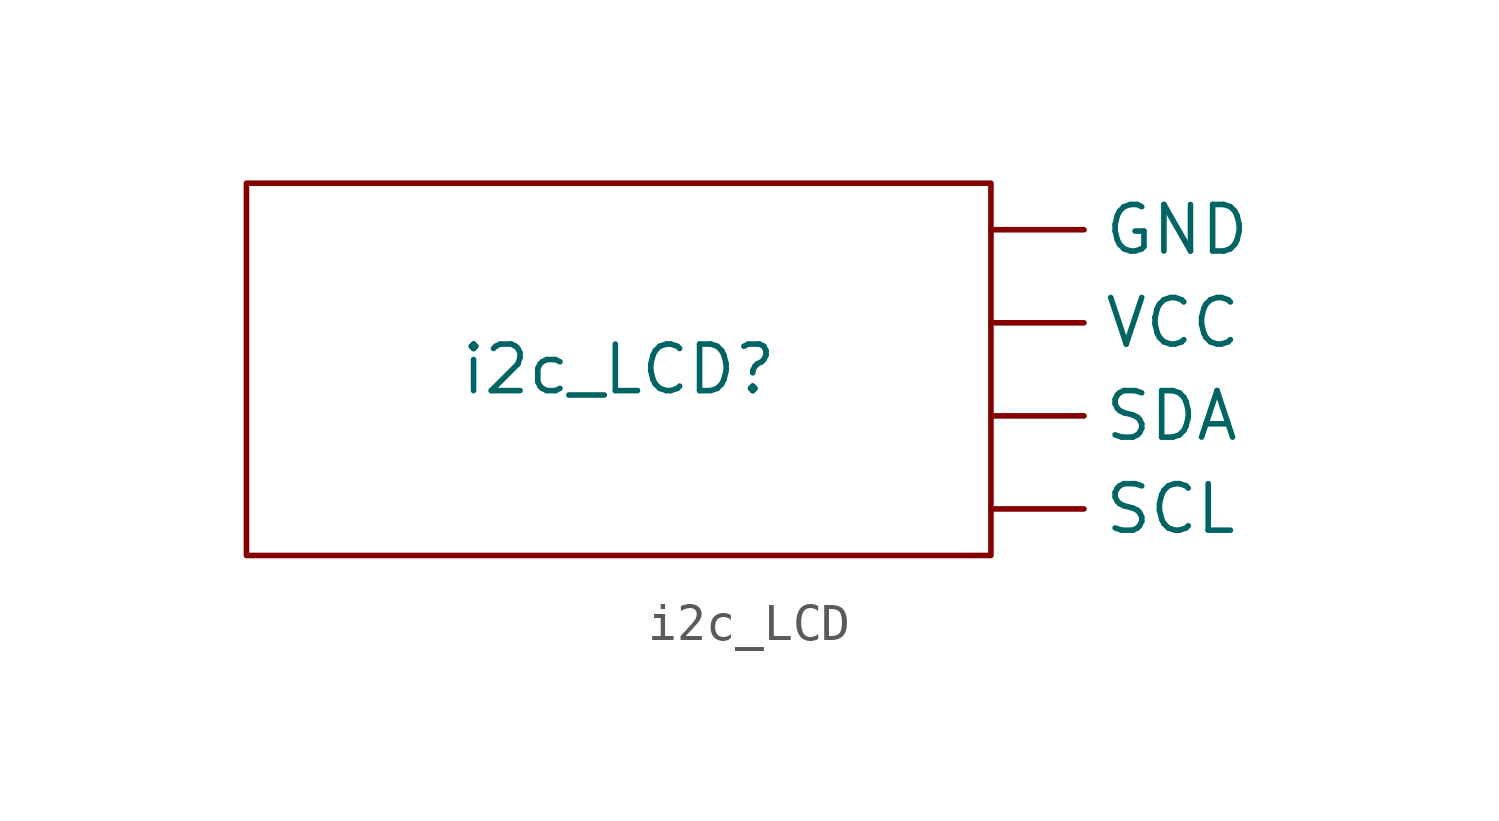
<source format=kicad_sym>
(kicad_symbol_lib
  (version 20241209)
  (generator "kicad_symbol_editor")
  (generator_version "9.0")
  (symbol "i2c_LCD"
    (property "Reference" "i2c_LCD"
      (at 0 0 0)
      (effects (font (size 1.27 1.27))))
    (property "Value" ""
      (at 0 0 0)
      (effects (font (size 1.27 1.27))))
    (symbol "i2c_LCD_0_1"
      (rectangle (start -10.16 5.08) (end 10.16 -5.08) (stroke (width 0) (type default)) (fill (type none))))
    (symbol "i2c_LCD_1_1"
      (pin input line (at 10.16 3.81 0) (length 2.54) (name "GND" (effects (font (size 1.27 1.27)))) (number "" (effects (font (size 1.27 1.27)))))
      (pin input line (at 10.16 1.27 0) (length 2.54) (name "VCC" (effects (font (size 1.27 1.27)))) (number "" (effects (font (size 1.27 1.27)))))
      (pin input line (at 10.16 -1.27 0) (length 2.54) (name "SDA" (effects (font (size 1.27 1.27)))) (number "" (effects (font (size 1.27 1.27)))))
      (pin input line (at 10.16 -3.81 0) (length 2.54) (name "SCL" (effects (font (size 1.27 1.27)))) (number "" (effects (font (size 1.27 1.27))))))))
</source>
